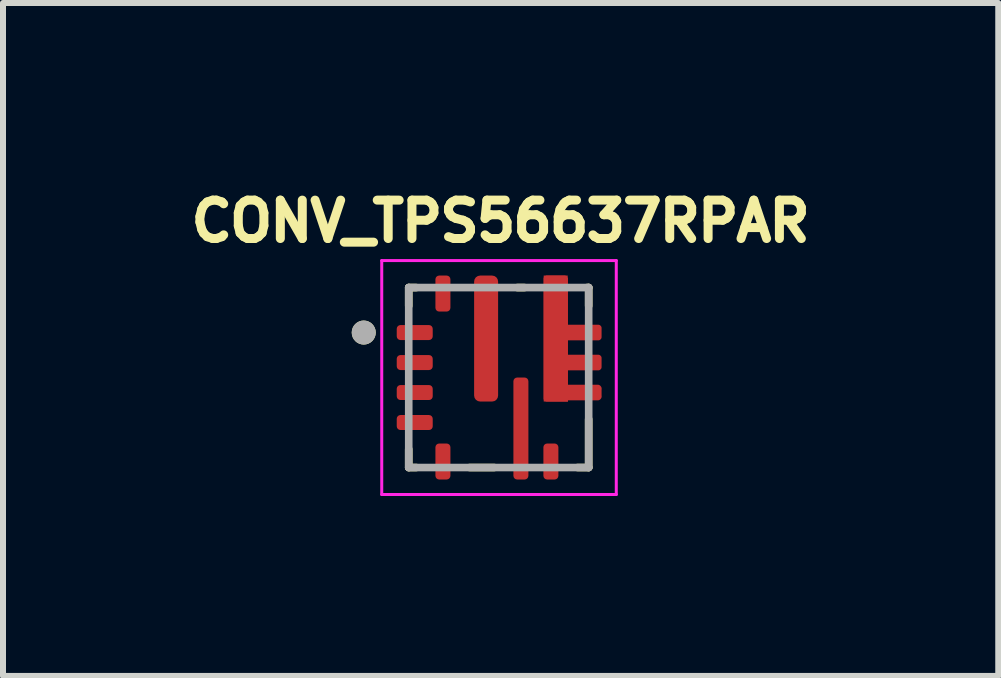
<source format=kicad_pcb>
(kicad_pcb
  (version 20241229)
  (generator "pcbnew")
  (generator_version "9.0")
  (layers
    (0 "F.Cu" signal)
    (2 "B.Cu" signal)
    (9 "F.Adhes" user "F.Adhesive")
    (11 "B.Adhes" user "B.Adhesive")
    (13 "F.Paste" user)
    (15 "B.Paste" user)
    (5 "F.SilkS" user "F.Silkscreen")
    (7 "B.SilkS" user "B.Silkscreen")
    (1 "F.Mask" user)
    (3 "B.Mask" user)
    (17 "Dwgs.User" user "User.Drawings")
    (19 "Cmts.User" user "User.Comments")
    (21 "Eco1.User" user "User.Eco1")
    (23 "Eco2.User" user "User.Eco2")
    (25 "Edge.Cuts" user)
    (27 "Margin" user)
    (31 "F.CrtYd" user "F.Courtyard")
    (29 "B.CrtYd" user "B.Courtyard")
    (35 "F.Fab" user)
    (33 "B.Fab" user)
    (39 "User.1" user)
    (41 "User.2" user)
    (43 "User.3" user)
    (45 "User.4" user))
  (footprint "CONV_TPS56637RPAR"
    (layer "F.Cu")
    (at 5.264 3.244)
    (property "Reference" "CONV_TPS56637RPAR" (at 0.032 -2.606 0) (layer "F.SilkS") (effects (font (size 0.64 0.64) (thickness 0.15))))
    (attr smd)
    (fp_poly (pts (xy 0.65 -1.65) (xy 0.65 0.35) (xy 0.65 0.358) (xy 0.651 0.366) (xy 0.652 0.373) (xy 0.653 0.381) (xy 0.655 0.389) (xy 0.657 0.396) (xy 0.66 0.404) (xy 0.663 0.411) (xy 0.666 0.418) (xy 0.67 0.425) (xy 0.674 0.432) (xy 0.679 0.438) (xy 0.683 0.444) (xy 0.689 0.45) (xy 0.694 0.456) (xy 0.7 0.461) (xy 0.706 0.467) (xy 0.712 0.471) (xy 0.718 0.476) (xy 0.725 0.48) (xy 0.732 0.484) (xy 0.739 0.487) (xy 0.746 0.49) (xy 0.754 0.493) (xy 0.761 0.495) (xy 0.769 0.497) (xy 0.777 0.498) (xy 0.784 0.499) (xy 0.792 0.5) (xy 0.8 0.5) (xy 1.25 0.5) (xy 1.25 0.475) (xy 1.66 0.475) (xy 1.667 0.474) (xy 1.676 0.473) (xy 1.684 0.471) (xy 1.692 0.469) (xy 1.701 0.467) (xy 1.709 0.464) (xy 1.716 0.46) (xy 1.724 0.456) (xy 1.731 0.452) (xy 1.739 0.448) (xy 1.746 0.443) (xy 1.752 0.437) (xy 1.759 0.432) (xy 1.765 0.426) (xy 1.771 0.419) (xy 1.776 0.413) (xy 1.781 0.406) (xy 1.786 0.399) (xy 1.79 0.392) (xy 1.794 0.384) (xy 1.798 0.376) (xy 1.801 0.368) (xy 1.803 0.36) (xy 1.806 0.352) (xy 1.807 0.344) (xy 1.809 0.335) (xy 1.81 0.327) (xy 1.81 0.318) (xy 1.81 0.31) (xy 1.81 0.3) (xy 1.81 0.2) (xy 1.81 0.19) (xy 1.81 0.182) (xy 1.81 0.173) (xy 1.809 0.165) (xy 1.807 0.156) (xy 1.806 0.148) (xy 1.803 0.14) (xy 1.801 0.132) (xy 1.798 0.124) (xy 1.794 0.116) (xy 1.79 0.108) (xy 1.786 0.101) (xy 1.781 0.094) (xy 1.776 0.087) (xy 1.771 0.081) (xy 1.765 0.074) (xy 1.759 0.068) (xy 1.752 0.063) (xy 1.746 0.057) (xy 1.739 0.052) (xy 1.731 0.048) (xy 1.724 0.044) (xy 1.716 0.04) (xy 1.709 0.036) (xy 1.701 0.033) (xy 1.692 0.031) (xy 1.684 0.029) (xy 1.676 0.027) (xy 1.667 0.026) (xy 1.66 0.025) (xy 1.25 0.025) (xy 1.25 -0.025) (xy 1.66 -0.025) (xy 1.668 -0.025) (xy 1.676 -0.026) (xy 1.683 -0.027) (xy 1.691 -0.028) (xy 1.699 -0.03) (xy 1.706 -0.032) (xy 1.714 -0.035) (xy 1.721 -0.038) (xy 1.728 -0.041) (xy 1.735 -0.045) (xy 1.742 -0.049) (xy 1.748 -0.054) (xy 1.754 -0.058) (xy 1.76 -0.064) (xy 1.766 -0.069) (xy 1.771 -0.075) (xy 1.777 -0.081) (xy 1.781 -0.087) (xy 1.786 -0.093) (xy 1.79 -0.1) (xy 1.794 -0.107) (xy 1.797 -0.114) (xy 1.8 -0.121) (xy 1.803 -0.129) (xy 1.805 -0.136) (xy 1.807 -0.144) (xy 1.808 -0.152) (xy 1.809 -0.159) (xy 1.81 -0.167) (xy 1.81 -0.175) (xy 1.81 -0.325) (xy 1.81 -0.333) (xy 1.809 -0.341) (xy 1.808 -0.348) (xy 1.807 -0.356) (xy 1.805 -0.364) (xy 1.803 -0.371) (xy 1.8 -0.379) (xy 1.797 -0.386) (xy 1.794 -0.393) (xy 1.79 -0.4) (xy 1.786 -0.407) (xy 1.781 -0.413) (xy 1.777 -0.419) (xy 1.771 -0.425) (xy 1.766 -0.431) (xy 1.76 -0.436) (xy 1.754 -0.442) (xy 1.748 -0.446) (xy 1.742 -0.451) (xy 1.735 -0.455) (xy 1.728 -0.459) (xy 1.721 -0.462) (xy 1.714 -0.465) (xy 1.706 -0.468) (xy 1.699 -0.47) (xy 1.691 -0.472) (xy 1.683 -0.473) (xy 1.676 -0.474) (xy 1.668 -0.475) (xy 1.66 -0.475) (xy 1.25 -0.475) (xy 1.25 -0.525) (xy 1.66 -0.525) (xy 1.668 -0.525) (xy 1.676 -0.526) (xy 1.683 -0.527) (xy 1.691 -0.528) (xy 1.699 -0.53) (xy 1.706 -0.532) (xy 1.714 -0.535) (xy 1.721 -0.538) (xy 1.728 -0.541) (xy 1.735 -0.545) (xy 1.742 -0.549) (xy 1.748 -0.554) (xy 1.754 -0.558) (xy 1.76 -0.564) (xy 1.766 -0.569) (xy 1.771 -0.575) (xy 1.777 -0.581) (xy 1.781 -0.587) (xy 1.786 -0.593) (xy 1.79 -0.6) (xy 1.794 -0.607) (xy 1.797 -0.614) (xy 1.8 -0.621) (xy 1.803 -0.629) (xy 1.805 -0.636) (xy 1.807 -0.644) (xy 1.808 -0.652) (xy 1.809 -0.659) (xy 1.81 -0.667) (xy 1.81 -0.675) (xy 1.81 -0.825) (xy 1.81 -0.833) (xy 1.809 -0.841) (xy 1.808 -0.848) (xy 1.807 -0.856) (xy 1.805 -0.864) (xy 1.803 -0.871) (xy 1.8 -0.879) (xy 1.797 -0.886) (xy 1.794 -0.893) (xy 1.79 -0.9) (xy 1.786 -0.907) (xy 1.781 -0.913) (xy 1.777 -0.919) (xy 1.771 -0.925) (xy 1.766 -0.931) (xy 1.76 -0.936) (xy 1.754 -0.942) (xy 1.748 -0.946) (xy 1.742 -0.951) (xy 1.735 -0.955) (xy 1.728 -0.959) (xy 1.721 -0.962) (xy 1.714 -0.965) (xy 1.706 -0.968) (xy 1.699 -0.97) (xy 1.691 -0.972) (xy 1.683 -0.973) (xy 1.676 -0.974) (xy 1.668 -0.975) (xy 1.66 -0.975) (xy 1.25 -0.975) (xy 1.25 -1.65) (xy 1.25 -1.658) (xy 1.249 -1.666) (xy 1.248 -1.673) (xy 1.247 -1.681) (xy 1.245 -1.689) (xy 1.243 -1.696) (xy 1.24 -1.704) (xy 1.237 -1.711) (xy 1.234 -1.718) (xy 1.23 -1.725) (xy 1.226 -1.732) (xy 1.221 -1.738) (xy 1.217 -1.744) (xy 1.211 -1.75) (xy 1.206 -1.756) (xy 1.2 -1.761) (xy 1.194 -1.767) (xy 1.188 -1.771) (xy 1.182 -1.776) (xy 1.175 -1.78) (xy 1.168 -1.784) (xy 1.161 -1.787) (xy 1.154 -1.79) (xy 1.146 -1.793) (xy 1.139 -1.795) (xy 1.131 -1.797) (xy 1.123 -1.798) (xy 1.116 -1.799) (xy 1.108 -1.8) (xy 1.1 -1.8) (xy 0.8 -1.8) (xy 0.792 -1.8) (xy 0.784 -1.799) (xy 0.777 -1.798) (xy 0.769 -1.797) (xy 0.761 -1.795) (xy 0.754 -1.793) (xy 0.746 -1.79) (xy 0.739 -1.787) (xy 0.732 -1.784) (xy 0.725 -1.78) (xy 0.718 -1.776) (xy 0.712 -1.771) (xy 0.706 -1.767) (xy 0.7 -1.761) (xy 0.694 -1.756) (xy 0.689 -1.75) (xy 0.683 -1.744) (xy 0.679 -1.738) (xy 0.674 -1.732) (xy 0.67 -1.725) (xy 0.666 -1.718) (xy 0.663 -1.711) (xy 0.66 -1.704) (xy 0.657 -1.696) (xy 0.655 -1.689) (xy 0.653 -1.681) (xy 0.652 -1.673) (xy 0.651 -1.666) (xy 0.65 -1.658) (xy 0.65 -1.65)) (stroke (width 0.01) (type solid)) (fill yes) (layer "F.Mask"))
    (fp_line (start -1.5 -1.5) (end -1.5 -1.195) (stroke (width 0.127) (type solid)) (layer "F.SilkS"))
    (fp_line (start -1.5 1.5) (end -1.5 1.195) (stroke (width 0.127) (type solid)) (layer "F.SilkS"))
    (fp_line (start -1.375 -1.5) (end -1.5 -1.5) (stroke (width 0.127) (type solid)) (layer "F.SilkS"))
    (fp_line (start -1.375 1.5) (end -1.5 1.5) (stroke (width 0.127) (type solid)) (layer "F.SilkS"))
    (fp_line (start -0.485 1.5) (end -0.075 1.5) (stroke (width 0.127) (type solid)) (layer "F.SilkS"))
    (fp_line (start 0.43 -1.5) (end 0.31 -1.5) (stroke (width 0.127) (type solid)) (layer "F.SilkS"))
    (fp_line (start 1.315 1.5) (end 1.5 1.5) (stroke (width 0.127) (type solid)) (layer "F.SilkS"))
    (fp_line (start 1.47 -1.5) (end 1.5 -1.5) (stroke (width 0.127) (type solid)) (layer "F.SilkS"))
    (fp_line (start 1.5 -1.195) (end 1.5 -1.5) (stroke (width 0.127) (type solid)) (layer "F.SilkS"))
    (fp_line (start 1.5 1.5) (end 1.5 0.695) (stroke (width 0.127) (type solid)) (layer "F.SilkS"))
    (fp_circle (center -2.25 -0.75) (end -2.15 -0.75) (stroke (width 0.2) (type solid)) (fill no) (layer "F.SilkS"))
    (fp_poly (pts (xy -0.41 -1.65) (xy -0.41 -0.8) (xy -0.41 -0.797) (xy -0.41 -0.795) (xy -0.409 -0.792) (xy -0.409 -0.79) (xy -0.408 -0.787) (xy -0.408 -0.785) (xy -0.407 -0.782) (xy -0.406 -0.78) (xy -0.405 -0.777) (xy -0.403 -0.775) (xy -0.402 -0.773) (xy -0.4 -0.771) (xy -0.399 -0.769) (xy -0.397 -0.767) (xy -0.395 -0.765) (xy -0.393 -0.763) (xy -0.391 -0.761) (xy -0.389 -0.76) (xy -0.387 -0.758) (xy -0.385 -0.757) (xy -0.383 -0.755) (xy -0.38 -0.754) (xy -0.378 -0.753) (xy -0.375 -0.752) (xy -0.373 -0.752) (xy -0.37 -0.751) (xy -0.368 -0.751) (xy -0.365 -0.75) (xy -0.363 -0.75) (xy -0.36 -0.75) (xy -0.06 -0.75) (xy -0.057 -0.75) (xy -0.055 -0.75) (xy -0.052 -0.751) (xy -0.05 -0.751) (xy -0.047 -0.752) (xy -0.045 -0.752) (xy -0.042 -0.753) (xy -0.04 -0.754) (xy -0.037 -0.755) (xy -0.035 -0.757) (xy -0.033 -0.758) (xy -0.031 -0.76) (xy -0.029 -0.761) (xy -0.027 -0.763) (xy -0.025 -0.765) (xy -0.023 -0.767) (xy -0.021 -0.769) (xy -0.02 -0.771) (xy -0.018 -0.773) (xy -0.017 -0.775) (xy -0.015 -0.777) (xy -0.014 -0.78) (xy -0.013 -0.782) (xy -0.012 -0.785) (xy -0.012 -0.787) (xy -0.011 -0.79) (xy -0.011 -0.792) (xy -0.01 -0.795) (xy -0.01 -0.797) (xy -0.01 -0.8) (xy -0.01 -1.65) (xy -0.01 -1.653) (xy -0.01 -1.655) (xy -0.011 -1.658) (xy -0.011 -1.66) (xy -0.012 -1.663) (xy -0.012 -1.665) (xy -0.013 -1.668) (xy -0.014 -1.67) (xy -0.015 -1.673) (xy -0.017 -1.675) (xy -0.018 -1.677) (xy -0.02 -1.679) (xy -0.021 -1.681) (xy -0.023 -1.683) (xy -0.025 -1.685) (xy -0.027 -1.687) (xy -0.029 -1.689) (xy -0.031 -1.69) (xy -0.033 -1.692) (xy -0.035 -1.693) (xy -0.037 -1.695) (xy -0.04 -1.696) (xy -0.042 -1.697) (xy -0.045 -1.698) (xy -0.047 -1.698) (xy -0.05 -1.699) (xy -0.052 -1.699) (xy -0.055 -1.7) (xy -0.057 -1.7) (xy -0.06 -1.7) (xy -0.36 -1.7) (xy -0.363 -1.7) (xy -0.365 -1.7) (xy -0.368 -1.699) (xy -0.37 -1.699) (xy -0.373 -1.698) (xy -0.375 -1.698) (xy -0.378 -1.697) (xy -0.38 -1.696) (xy -0.383 -1.695) (xy -0.385 -1.693) (xy -0.387 -1.692) (xy -0.389 -1.69) (xy -0.391 -1.689) (xy -0.393 -1.687) (xy -0.395 -1.685) (xy -0.397 -1.683) (xy -0.399 -1.681) (xy -0.4 -1.679) (xy -0.402 -1.677) (xy -0.403 -1.675) (xy -0.405 -1.673) (xy -0.406 -1.67) (xy -0.407 -1.668) (xy -0.408 -1.665) (xy -0.408 -1.663) (xy -0.409 -1.66) (xy -0.409 -1.658) (xy -0.41 -1.655) (xy -0.41 -1.653) (xy -0.41 -1.65)) (stroke (width 0.01) (type solid)) (fill yes) (layer "F.Paste"))
    (fp_poly (pts (xy -0.41 -0.5) (xy -0.41 0.35) (xy -0.41 0.353) (xy -0.41 0.355) (xy -0.409 0.358) (xy -0.409 0.36) (xy -0.408 0.363) (xy -0.408 0.365) (xy -0.407 0.368) (xy -0.406 0.37) (xy -0.405 0.373) (xy -0.403 0.375) (xy -0.402 0.377) (xy -0.4 0.379) (xy -0.399 0.381) (xy -0.397 0.383) (xy -0.395 0.385) (xy -0.393 0.387) (xy -0.391 0.389) (xy -0.389 0.39) (xy -0.387 0.392) (xy -0.385 0.393) (xy -0.383 0.395) (xy -0.38 0.396) (xy -0.378 0.397) (xy -0.375 0.398) (xy -0.373 0.398) (xy -0.37 0.399) (xy -0.368 0.399) (xy -0.365 0.4) (xy -0.363 0.4) (xy -0.36 0.4) (xy -0.06 0.4) (xy -0.057 0.4) (xy -0.055 0.4) (xy -0.052 0.399) (xy -0.05 0.399) (xy -0.047 0.398) (xy -0.045 0.398) (xy -0.042 0.397) (xy -0.04 0.396) (xy -0.037 0.395) (xy -0.035 0.393) (xy -0.033 0.392) (xy -0.031 0.39) (xy -0.029 0.389) (xy -0.027 0.387) (xy -0.025 0.385) (xy -0.023 0.383) (xy -0.021 0.381) (xy -0.02 0.379) (xy -0.018 0.377) (xy -0.017 0.375) (xy -0.015 0.373) (xy -0.014 0.37) (xy -0.013 0.368) (xy -0.012 0.365) (xy -0.012 0.363) (xy -0.011 0.36) (xy -0.011 0.358) (xy -0.01 0.355) (xy -0.01 0.353) (xy -0.01 0.35) (xy -0.01 -0.5) (xy -0.01 -0.503) (xy -0.01 -0.505) (xy -0.011 -0.508) (xy -0.011 -0.51) (xy -0.012 -0.513) (xy -0.012 -0.515) (xy -0.013 -0.518) (xy -0.014 -0.52) (xy -0.015 -0.523) (xy -0.017 -0.525) (xy -0.018 -0.527) (xy -0.02 -0.529) (xy -0.021 -0.531) (xy -0.023 -0.533) (xy -0.025 -0.535) (xy -0.027 -0.537) (xy -0.029 -0.539) (xy -0.031 -0.54) (xy -0.033 -0.542) (xy -0.035 -0.543) (xy -0.037 -0.545) (xy -0.04 -0.546) (xy -0.042 -0.547) (xy -0.045 -0.548) (xy -0.047 -0.548) (xy -0.05 -0.549) (xy -0.052 -0.549) (xy -0.055 -0.55) (xy -0.057 -0.55) (xy -0.06 -0.55) (xy -0.36 -0.55) (xy -0.363 -0.55) (xy -0.365 -0.55) (xy -0.368 -0.549) (xy -0.37 -0.549) (xy -0.373 -0.548) (xy -0.375 -0.548) (xy -0.378 -0.547) (xy -0.38 -0.546) (xy -0.383 -0.545) (xy -0.385 -0.543) (xy -0.387 -0.542) (xy -0.389 -0.54) (xy -0.391 -0.539) (xy -0.393 -0.537) (xy -0.395 -0.535) (xy -0.397 -0.533) (xy -0.399 -0.531) (xy -0.4 -0.529) (xy -0.402 -0.527) (xy -0.403 -0.525) (xy -0.405 -0.523) (xy -0.406 -0.52) (xy -0.407 -0.518) (xy -0.408 -0.515) (xy -0.408 -0.513) (xy -0.409 -0.51) (xy -0.409 -0.508) (xy -0.41 -0.505) (xy -0.41 -0.503) (xy -0.41 -0.5)) (stroke (width 0.01) (type solid)) (fill yes) (layer "F.Paste"))
    (fp_poly (pts (xy 0.245 0.05) (xy 0.245 0.7) (xy 0.245 0.703) (xy 0.245 0.705) (xy 0.246 0.708) (xy 0.246 0.71) (xy 0.247 0.713) (xy 0.247 0.715) (xy 0.248 0.718) (xy 0.249 0.72) (xy 0.25 0.723) (xy 0.252 0.725) (xy 0.253 0.727) (xy 0.255 0.729) (xy 0.256 0.731) (xy 0.258 0.733) (xy 0.26 0.735) (xy 0.262 0.737) (xy 0.264 0.739) (xy 0.266 0.74) (xy 0.268 0.742) (xy 0.27 0.743) (xy 0.272 0.745) (xy 0.275 0.746) (xy 0.277 0.747) (xy 0.28 0.748) (xy 0.282 0.748) (xy 0.285 0.749) (xy 0.287 0.749) (xy 0.29 0.75) (xy 0.292 0.75) (xy 0.295 0.75) (xy 0.455 0.75) (xy 0.457 0.75) (xy 0.459 0.749) (xy 0.462 0.749) (xy 0.464 0.748) (xy 0.466 0.747) (xy 0.468 0.746) (xy 0.471 0.745) (xy 0.473 0.744) (xy 0.475 0.743) (xy 0.477 0.742) (xy 0.478 0.74) (xy 0.48 0.739) (xy 0.482 0.737) (xy 0.484 0.735) (xy 0.485 0.733) (xy 0.487 0.732) (xy 0.488 0.73) (xy 0.489 0.728) (xy 0.49 0.726) (xy 0.491 0.723) (xy 0.492 0.721) (xy 0.493 0.719) (xy 0.494 0.717) (xy 0.494 0.714) (xy 0.495 0.712) (xy 0.495 0.71) (xy 0.495 0.707) (xy 0.495 0.705) (xy 0.495 0.703) (xy 0.495 0.7) (xy 0.495 0.05) (xy 0.495 0.047) (xy 0.495 0.045) (xy 0.495 0.043) (xy 0.495 0.04) (xy 0.495 0.038) (xy 0.494 0.036) (xy 0.494 0.033) (xy 0.493 0.031) (xy 0.492 0.029) (xy 0.491 0.027) (xy 0.49 0.024) (xy 0.489 0.022) (xy 0.488 0.02) (xy 0.487 0.018) (xy 0.485 0.017) (xy 0.484 0.015) (xy 0.482 0.013) (xy 0.48 0.011) (xy 0.478 0.01) (xy 0.477 0.008) (xy 0.475 0.007) (xy 0.473 0.006) (xy 0.471 0.005) (xy 0.468 0.004) (xy 0.466 0.003) (xy 0.464 0.002) (xy 0.462 0.001) (xy 0.459 0.001) (xy 0.457 0) (xy 0.455 0) (xy 0.295 0) (xy 0.292 0) (xy 0.29 0) (xy 0.287 0.001) (xy 0.285 0.001) (xy 0.282 0.002) (xy 0.28 0.002) (xy 0.277 0.003) (xy 0.275 0.004) (xy 0.272 0.005) (xy 0.27 0.007) (xy 0.268 0.008) (xy 0.266 0.01) (xy 0.264 0.011) (xy 0.262 0.013) (xy 0.26 0.015) (xy 0.258 0.017) (xy 0.256 0.019) (xy 0.255 0.021) (xy 0.253 0.023) (xy 0.252 0.025) (xy 0.25 0.027) (xy 0.249 0.03) (xy 0.248 0.032) (xy 0.247 0.035) (xy 0.247 0.037) (xy 0.246 0.04) (xy 0.246 0.042) (xy 0.245 0.045) (xy 0.245 0.047) (xy 0.245 0.05)) (stroke (width 0.01) (type solid)) (fill yes) (layer "F.Paste"))
    (fp_poly (pts (xy 0.245 1) (xy 0.245 1.65) (xy 0.245 1.653) (xy 0.245 1.655) (xy 0.246 1.658) (xy 0.246 1.66) (xy 0.247 1.663) (xy 0.247 1.665) (xy 0.248 1.668) (xy 0.249 1.67) (xy 0.25 1.673) (xy 0.252 1.675) (xy 0.253 1.677) (xy 0.255 1.679) (xy 0.256 1.681) (xy 0.258 1.683) (xy 0.26 1.685) (xy 0.262 1.687) (xy 0.264 1.689) (xy 0.266 1.69) (xy 0.268 1.692) (xy 0.27 1.693) (xy 0.272 1.695) (xy 0.275 1.696) (xy 0.277 1.697) (xy 0.28 1.698) (xy 0.282 1.698) (xy 0.285 1.699) (xy 0.287 1.699) (xy 0.29 1.7) (xy 0.292 1.7) (xy 0.295 1.7) (xy 0.455 1.7) (xy 0.457 1.7) (xy 0.459 1.699) (xy 0.462 1.699) (xy 0.464 1.698) (xy 0.466 1.697) (xy 0.468 1.696) (xy 0.471 1.695) (xy 0.473 1.694) (xy 0.475 1.693) (xy 0.477 1.692) (xy 0.478 1.69) (xy 0.48 1.689) (xy 0.482 1.687) (xy 0.484 1.685) (xy 0.485 1.683) (xy 0.487 1.682) (xy 0.488 1.68) (xy 0.489 1.678) (xy 0.49 1.676) (xy 0.491 1.673) (xy 0.492 1.671) (xy 0.493 1.669) (xy 0.494 1.667) (xy 0.494 1.664) (xy 0.495 1.662) (xy 0.495 1.66) (xy 0.495 1.657) (xy 0.495 1.655) (xy 0.495 1.653) (xy 0.495 1.65) (xy 0.495 1) (xy 0.495 0.997) (xy 0.495 0.995) (xy 0.495 0.993) (xy 0.495 0.99) (xy 0.495 0.988) (xy 0.494 0.986) (xy 0.494 0.983) (xy 0.493 0.981) (xy 0.492 0.979) (xy 0.491 0.977) (xy 0.49 0.974) (xy 0.489 0.972) (xy 0.488 0.97) (xy 0.487 0.968) (xy 0.485 0.967) (xy 0.484 0.965) (xy 0.482 0.963) (xy 0.48 0.961) (xy 0.478 0.96) (xy 0.477 0.958) (xy 0.475 0.957) (xy 0.473 0.956) (xy 0.471 0.955) (xy 0.468 0.954) (xy 0.466 0.953) (xy 0.464 0.952) (xy 0.462 0.951) (xy 0.459 0.951) (xy 0.457 0.95) (xy 0.455 0.95) (xy 0.295 0.95) (xy 0.292 0.95) (xy 0.29 0.95) (xy 0.287 0.951) (xy 0.285 0.951) (xy 0.282 0.952) (xy 0.28 0.952) (xy 0.277 0.953) (xy 0.275 0.954) (xy 0.272 0.955) (xy 0.27 0.957) (xy 0.268 0.958) (xy 0.266 0.96) (xy 0.264 0.961) (xy 0.262 0.963) (xy 0.26 0.965) (xy 0.258 0.967) (xy 0.256 0.969) (xy 0.255 0.971) (xy 0.253 0.973) (xy 0.252 0.975) (xy 0.25 0.977) (xy 0.249 0.98) (xy 0.248 0.982) (xy 0.247 0.985) (xy 0.247 0.987) (xy 0.246 0.99) (xy 0.246 0.992) (xy 0.245 0.995) (xy 0.245 0.997) (xy 0.245 1)) (stroke (width 0.01) (type solid)) (fill yes) (layer "F.Paste"))
    (fp_poly (pts (xy 0.75 -1.65) (xy 0.75 0.35) (xy 0.75 0.353) (xy 0.75 0.355) (xy 0.751 0.358) (xy 0.751 0.36) (xy 0.752 0.363) (xy 0.752 0.365) (xy 0.753 0.368) (xy 0.754 0.37) (xy 0.755 0.373) (xy 0.757 0.375) (xy 0.758 0.377) (xy 0.76 0.379) (xy 0.761 0.381) (xy 0.763 0.383) (xy 0.765 0.385) (xy 0.767 0.387) (xy 0.769 0.389) (xy 0.771 0.39) (xy 0.773 0.392) (xy 0.775 0.393) (xy 0.777 0.395) (xy 0.78 0.396) (xy 0.782 0.397) (xy 0.785 0.398) (xy 0.787 0.398) (xy 0.79 0.399) (xy 0.792 0.399) (xy 0.795 0.4) (xy 0.797 0.4) (xy 0.8 0.4) (xy 1.15 0.4) (xy 1.15 0.375) (xy 1.66 0.375) (xy 1.663 0.374) (xy 1.666 0.373) (xy 1.669 0.372) (xy 1.672 0.371) (xy 1.675 0.37) (xy 1.678 0.368) (xy 1.681 0.367) (xy 1.684 0.365) (xy 1.687 0.363) (xy 1.689 0.361) (xy 1.692 0.358) (xy 1.694 0.356) (xy 1.696 0.353) (xy 1.698 0.351) (xy 1.7 0.348) (xy 1.702 0.345) (xy 1.704 0.342) (xy 1.705 0.339) (xy 1.707 0.336) (xy 1.708 0.333) (xy 1.709 0.33) (xy 1.71 0.327) (xy 1.71 0.324) (xy 1.711 0.32) (xy 1.711 0.317) (xy 1.711 0.314) (xy 1.711 0.31) (xy 1.711 0.307) (xy 1.711 0.304) (xy 1.71 0.3) (xy 1.71 0.2) (xy 1.711 0.196) (xy 1.711 0.193) (xy 1.711 0.19) (xy 1.711 0.186) (xy 1.711 0.183) (xy 1.711 0.18) (xy 1.71 0.176) (xy 1.71 0.173) (xy 1.709 0.17) (xy 1.708 0.167) (xy 1.707 0.164) (xy 1.705 0.161) (xy 1.704 0.158) (xy 1.702 0.155) (xy 1.7 0.152) (xy 1.698 0.149) (xy 1.696 0.147) (xy 1.694 0.144) (xy 1.692 0.142) (xy 1.689 0.139) (xy 1.687 0.137) (xy 1.684 0.135) (xy 1.681 0.133) (xy 1.678 0.132) (xy 1.675 0.13) (xy 1.672 0.129) (xy 1.669 0.128) (xy 1.666 0.127) (xy 1.663 0.126) (xy 1.66 0.125) (xy 1.15 0.125) (xy 1.15 -0.125) (xy 1.66 -0.125) (xy 1.663 -0.125) (xy 1.665 -0.125) (xy 1.668 -0.126) (xy 1.67 -0.126) (xy 1.673 -0.127) (xy 1.675 -0.127) (xy 1.678 -0.128) (xy 1.68 -0.129) (xy 1.683 -0.13) (xy 1.685 -0.132) (xy 1.687 -0.133) (xy 1.689 -0.135) (xy 1.691 -0.136) (xy 1.693 -0.138) (xy 1.695 -0.14) (xy 1.697 -0.142) (xy 1.699 -0.144) (xy 1.7 -0.146) (xy 1.702 -0.148) (xy 1.703 -0.15) (xy 1.705 -0.152) (xy 1.706 -0.155) (xy 1.707 -0.157) (xy 1.708 -0.16) (xy 1.708 -0.162) (xy 1.709 -0.165) (xy 1.709 -0.167) (xy 1.71 -0.17) (xy 1.71 -0.172) (xy 1.71 -0.175) (xy 1.71 -0.325) (xy 1.71 -0.328) (xy 1.71 -0.33) (xy 1.709 -0.333) (xy 1.709 -0.335) (xy 1.708 -0.338) (xy 1.708 -0.34) (xy 1.707 -0.343) (xy 1.706 -0.345) (xy 1.705 -0.348) (xy 1.703 -0.35) (xy 1.702 -0.352) (xy 1.7 -0.354) (xy 1.699 -0.356) (xy 1.697 -0.358) (xy 1.695 -0.36) (xy 1.693 -0.362) (xy 1.691 -0.364) (xy 1.689 -0.365) (xy 1.687 -0.367) (xy 1.685 -0.368) (xy 1.683 -0.37) (xy 1.68 -0.371) (xy 1.678 -0.372) (xy 1.675 -0.373) (xy 1.673 -0.373) (xy 1.67 -0.374) (xy 1.668 -0.374) (xy 1.665 -0.375) (xy 1.663 -0.375) (xy 1.66 -0.375) (xy 1.15 -0.375) (xy 1.15 -0.625) (xy 1.66 -0.625) (xy 1.663 -0.625) (xy 1.665 -0.625) (xy 1.668 -0.626) (xy 1.67 -0.626) (xy 1.673 -0.627) (xy 1.675 -0.627) (xy 1.678 -0.628) (xy 1.68 -0.629) (xy 1.683 -0.63) (xy 1.685 -0.632) (xy 1.687 -0.633) (xy 1.689 -0.635) (xy 1.691 -0.636) (xy 1.693 -0.638) (xy 1.695 -0.64) (xy 1.697 -0.642) (xy 1.699 -0.644) (xy 1.7 -0.646) (xy 1.702 -0.648) (xy 1.703 -0.65) (xy 1.705 -0.652) (xy 1.706 -0.655) (xy 1.707 -0.657) (xy 1.708 -0.66) (xy 1.708 -0.662) (xy 1.709 -0.665) (xy 1.709 -0.667) (xy 1.71 -0.67) (xy 1.71 -0.672) (xy 1.71 -0.675) (xy 1.71 -0.825) (xy 1.71 -0.828) (xy 1.71 -0.83) (xy 1.709 -0.833) (xy 1.709 -0.835) (xy 1.708 -0.838) (xy 1.708 -0.84) (xy 1.707 -0.843) (xy 1.706 -0.845) (xy 1.705 -0.848) (xy 1.703 -0.85) (xy 1.702 -0.852) (xy 1.7 -0.854) (xy 1.699 -0.856) (xy 1.697 -0.858) (xy 1.695 -0.86) (xy 1.693 -0.862) (xy 1.691 -0.864) (xy 1.689 -0.865) (xy 1.687 -0.867) (xy 1.685 -0.868) (xy 1.683 -0.87) (xy 1.68 -0.871) (xy 1.678 -0.872) (xy 1.675 -0.873) (xy 1.673 -0.873) (xy 1.67 -0.874) (xy 1.668 -0.874) (xy 1.665 -0.875) (xy 1.663 -0.875) (xy 1.66 -0.875) (xy 1.15 -0.875) (xy 1.15 -1.65) (xy 1.15 -1.653) (xy 1.15 -1.655) (xy 1.149 -1.658) (xy 1.149 -1.66) (xy 1.148 -1.663) (xy 1.148 -1.665) (xy 1.147 -1.668) (xy 1.146 -1.67) (xy 1.145 -1.673) (xy 1.143 -1.675) (xy 1.142 -1.677) (xy 1.14 -1.679) (xy 1.139 -1.681) (xy 1.137 -1.683) (xy 1.135 -1.685) (xy 1.133 -1.687) (xy 1.131 -1.689) (xy 1.129 -1.69) (xy 1.127 -1.692) (xy 1.125 -1.693) (xy 1.123 -1.695) (xy 1.12 -1.696) (xy 1.118 -1.697) (xy 1.115 -1.698) (xy 1.113 -1.698) (xy 1.11 -1.699) (xy 1.108 -1.699) (xy 1.105 -1.7) (xy 1.103 -1.7) (xy 1.1 -1.7) (xy 0.8 -1.7) (xy 0.797 -1.7) (xy 0.795 -1.7) (xy 0.792 -1.699) (xy 0.79 -1.699) (xy 0.787 -1.698) (xy 0.785 -1.698) (xy 0.782 -1.697) (xy 0.78 -1.696) (xy 0.777 -1.695) (xy 0.775 -1.693) (xy 0.773 -1.692) (xy 0.771 -1.69) (xy 0.769 -1.689) (xy 0.767 -1.687) (xy 0.765 -1.685) (xy 0.763 -1.683) (xy 0.761 -1.681) (xy 0.76 -1.679) (xy 0.758 -1.677) (xy 0.757 -1.675) (xy 0.755 -1.673) (xy 0.754 -1.67) (xy 0.753 -1.668) (xy 0.752 -1.665) (xy 0.752 -1.663) (xy 0.751 -1.66) (xy 0.751 -1.658) (xy 0.75 -1.655) (xy 0.75 -1.653) (xy 0.75 -1.65)) (stroke (width 0.01) (type solid)) (fill yes) (layer "F.Paste"))
    (fp_line (start -1.95 -1.95) (end -1.95 1.95) (stroke (width 0.05) (type solid)) (layer "F.CrtYd"))
    (fp_line (start -1.95 1.95) (end 1.96 1.95) (stroke (width 0.05) (type solid)) (layer "F.CrtYd"))
    (fp_line (start 1.96 -1.95) (end -1.95 -1.95) (stroke (width 0.05) (type solid)) (layer "F.CrtYd"))
    (fp_line (start 1.96 1.95) (end 1.96 -1.95) (stroke (width 0.05) (type solid)) (layer "F.CrtYd"))
    (fp_line (start -1.5 -1.5) (end -1.5 1.5) (stroke (width 0.127) (type solid)) (layer "F.Fab"))
    (fp_line (start -1.5 1.5) (end 1.5 1.5) (stroke (width 0.127) (type solid)) (layer "F.Fab"))
    (fp_line (start 1.5 -1.5) (end -1.5 -1.5) (stroke (width 0.127) (type solid)) (layer "F.Fab"))
    (fp_line (start 1.5 1.5) (end 1.5 -1.5) (stroke (width 0.127) (type solid)) (layer "F.Fab"))
    (fp_circle (center -2.25 -0.75) (end -2.15 -0.75) (stroke (width 0.2) (type solid)) (fill no) (layer "F.Fab"))
    (pad "1" smd roundrect (at -1.4 -0.75) (size 0.6 0.25) (layers "F.Cu" "F.Mask" "F.Paste") (roundrect_rratio 0.25))
    (pad "2" smd roundrect (at -1.4 -0.25) (size 0.6 0.25) (layers "F.Cu" "F.Mask" "F.Paste") (roundrect_rratio 0.25))
    (pad "3" smd roundrect (at -1.4 0.25) (size 0.6 0.25) (layers "F.Cu" "F.Mask" "F.Paste") (roundrect_rratio 0.25))
    (pad "4" smd roundrect (at -1.4 0.75) (size 0.6 0.25) (layers "F.Cu" "F.Mask" "F.Paste") (roundrect_rratio 0.25))
    (pad "5" smd roundrect (at -0.93 1.4) (size 0.25 0.6) (layers "F.Cu" "F.Mask" "F.Paste") (roundrect_rratio 0.25))
    (pad "6" smd roundrect (at 0.37 0.85) (size 0.25 1.7) (layers "F.Cu" "F.Mask") (roundrect_rratio 0.25))
    (pad "7" smd roundrect (at 0.87 1.4) (size 0.25 0.6) (layers "F.Cu" "F.Mask" "F.Paste") (roundrect_rratio 0.25))
    (pad "8" smd custom (at 0.95 -0.65) (size 0.4 2.1) (layers "F.Cu") (options (anchor rect)) (primitives (gr_poly (pts (xy -0.2 -1) (xy -0.2 1) (xy -0.2 1.003) (xy -0.2 1.005) (xy -0.199 1.008) (xy -0.199 1.01) (xy -0.198 1.013) (xy -0.198 1.015) (xy -0.197 1.018) (xy -0.196 1.02) (xy -0.195 1.023) (xy -0.193 1.025) (xy -0.192 1.027) (xy -0.19 1.029) (xy -0.189 1.031) (xy -0.187 1.033) (xy -0.185 1.035) (xy -0.183 1.037) (xy -0.181 1.039) (xy -0.179 1.04) (xy -0.177 1.042) (xy -0.175 1.043) (xy -0.173 1.045) (xy -0.17 1.046) (xy -0.168 1.047) (xy -0.165 1.048) (xy -0.163 1.048) (xy -0.16 1.049) (xy -0.158 1.049) (xy -0.155 1.05) (xy -0.153 1.05) (xy -0.15 1.05) (xy 0.2 1.05) (xy 0.2 1.025) (xy 0.71 1.025) (xy 0.713 1.024) (xy 0.716 1.023) (xy 0.719 1.022) (xy 0.722 1.021) (xy 0.725 1.02) (xy 0.728 1.018) (xy 0.731 1.017) (xy 0.734 1.015) (xy 0.737 1.013) (xy 0.739 1.011) (xy 0.742 1.008) (xy 0.744 1.006) (xy 0.746 1.003) (xy 0.748 1.001) (xy 0.75 0.998) (xy 0.752 0.995) (xy 0.754 0.992) (xy 0.755 0.989) (xy 0.757 0.986) (xy 0.758 0.983) (xy 0.759 0.98) (xy 0.76 0.977) (xy 0.76 0.974) (xy 0.761 0.97) (xy 0.761 0.967) (xy 0.761 0.964) (xy 0.761 0.96) (xy 0.761 0.957) (xy 0.761 0.954) (xy 0.76 0.95) (xy 0.76 0.85) (xy 0.761 0.846) (xy 0.761 0.843) (xy 0.761 0.84) (xy 0.761 0.836) (xy 0.761 0.833) (xy 0.761 0.83) (xy 0.76 0.826) (xy 0.76 0.823) (xy 0.759 0.82) (xy 0.758 0.817) (xy 0.757 0.814) (xy 0.755 0.811) (xy 0.754 0.808) (xy 0.752 0.805) (xy 0.75 0.802) (xy 0.748 0.799) (xy 0.746 0.797) (xy 0.744 0.794) (xy 0.742 0.792) (xy 0.739 0.789) (xy 0.737 0.787) (xy 0.734 0.785) (xy 0.731 0.783) (xy 0.728 0.782) (xy 0.725 0.78) (xy 0.722 0.779) (xy 0.719 0.778) (xy 0.716 0.777) (xy 0.713 0.776) (xy 0.71 0.775) (xy 0.2 0.775) (xy 0.2 0.525) (xy 0.71 0.525) (xy 0.713 0.525) (xy 0.715 0.525) (xy 0.718 0.524) (xy 0.72 0.524) (xy 0.723 0.523) (xy 0.725 0.523) (xy 0.728 0.522) (xy 0.73 0.521) (xy 0.733 0.52) (xy 0.735 0.518) (xy 0.737 0.517) (xy 0.739 0.515) (xy 0.741 0.514) (xy 0.743 0.512) (xy 0.745 0.51) (xy 0.747 0.508) (xy 0.749 0.506) (xy 0.75 0.504) (xy 0.752 0.502) (xy 0.753 0.5) (xy 0.755 0.498) (xy 0.756 0.495) (xy 0.757 0.493) (xy 0.758 0.49) (xy 0.758 0.488) (xy 0.759 0.485) (xy 0.759 0.483) (xy 0.76 0.48) (xy 0.76 0.478) (xy 0.76 0.475) (xy 0.76 0.325) (xy 0.76 0.322) (xy 0.76 0.32) (xy 0.759 0.317) (xy 0.759 0.315) (xy 0.758 0.312) (xy 0.758 0.31) (xy 0.757 0.307) (xy 0.756 0.305) (xy 0.755 0.302) (xy 0.753 0.3) (xy 0.752 0.298) (xy 0.75 0.296) (xy 0.749 0.294) (xy 0.747 0.292) (xy 0.745 0.29) (xy 0.743 0.288) (xy 0.741 0.286) (xy 0.739 0.285) (xy 0.737 0.283) (xy 0.735 0.282) (xy 0.733 0.28) (xy 0.73 0.279) (xy 0.728 0.278) (xy 0.725 0.277) (xy 0.723 0.277) (xy 0.72 0.276) (xy 0.718 0.276) (xy 0.715 0.275) (xy 0.713 0.275) (xy 0.71 0.275) (xy 0.2 0.275) (xy 0.2 0.025) (xy 0.71 0.025) (xy 0.713 0.025) (xy 0.715 0.025) (xy 0.718 0.024) (xy 0.72 0.024) (xy 0.723 0.023) (xy 0.725 0.023) (xy 0.728 0.022) (xy 0.73 0.021) (xy 0.733 0.02) (xy 0.735 0.018) (xy 0.737 0.017) (xy 0.739 0.015) (xy 0.741 0.014) (xy 0.743 0.012) (xy 0.745 0.01) (xy 0.747 0.008) (xy 0.749 0.006) (xy 0.75 0.004) (xy 0.752 0.002) (xy 0.753 0) (xy 0.755 -0.002) (xy 0.756 -0.005) (xy 0.757 -0.007) (xy 0.758 -0.01) (xy 0.758 -0.012) (xy 0.759 -0.015) (xy 0.759 -0.017) (xy 0.76 -0.02) (xy 0.76 -0.022) (xy 0.76 -0.025) (xy 0.76 -0.175) (xy 0.76 -0.178) (xy 0.76 -0.18) (xy 0.759 -0.183) (xy 0.759 -0.185) (xy 0.758 -0.188) (xy 0.758 -0.19) (xy 0.757 -0.193) (xy 0.756 -0.195) (xy 0.755 -0.198) (xy 0.753 -0.2) (xy 0.752 -0.202) (xy 0.75 -0.204) (xy 0.749 -0.206) (xy 0.747 -0.208) (xy 0.745 -0.21) (xy 0.743 -0.212) (xy 0.741 -0.214) (xy 0.739 -0.215) (xy 0.737 -0.217) (xy 0.735 -0.218) (xy 0.733 -0.22) (xy 0.73 -0.221) (xy 0.728 -0.222) (xy 0.725 -0.223) (xy 0.723 -0.223) (xy 0.72 -0.224) (xy 0.718 -0.224) (xy 0.715 -0.225) (xy 0.713 -0.225) (xy 0.71 -0.225) (xy 0.2 -0.225) (xy 0.2 -1) (xy 0.2 -1.003) (xy 0.2 -1.005) (xy 0.199 -1.008) (xy 0.199 -1.01) (xy 0.198 -1.013) (xy 0.198 -1.015) (xy 0.197 -1.018) (xy 0.196 -1.02) (xy 0.195 -1.023) (xy 0.193 -1.025) (xy 0.192 -1.027) (xy 0.19 -1.029) (xy 0.189 -1.031) (xy 0.187 -1.033) (xy 0.185 -1.035) (xy 0.183 -1.037) (xy 0.181 -1.039) (xy 0.179 -1.04) (xy 0.177 -1.042) (xy 0.175 -1.043) (xy 0.173 -1.045) (xy 0.17 -1.046) (xy 0.168 -1.047) (xy 0.165 -1.048) (xy 0.163 -1.048) (xy 0.16 -1.049) (xy 0.158 -1.049) (xy 0.155 -1.05) (xy 0.153 -1.05) (xy 0.15 -1.05) (xy -0.15 -1.05) (xy -0.153 -1.05) (xy -0.155 -1.05) (xy -0.158 -1.049) (xy -0.16 -1.049) (xy -0.163 -1.048) (xy -0.165 -1.048) (xy -0.168 -1.047) (xy -0.17 -1.046) (xy -0.173 -1.045) (xy -0.175 -1.043) (xy -0.177 -1.042) (xy -0.179 -1.04) (xy -0.181 -1.039) (xy -0.183 -1.037) (xy -0.185 -1.035) (xy -0.187 -1.033) (xy -0.189 -1.031) (xy -0.19 -1.029) (xy -0.192 -1.027) (xy -0.193 -1.025) (xy -0.195 -1.023) (xy -0.196 -1.02) (xy -0.197 -1.018) (xy -0.198 -1.015) (xy -0.198 -1.013) (xy -0.199 -1.01) (xy -0.199 -1.008) (xy -0.2 -1.005) (xy -0.2 -1.003) (xy -0.2 -1)) (width 0.01) (fill yes))))
    (pad "9" smd roundrect (at -0.21 -0.65) (size 0.4 2.1) (layers "F.Cu" "F.Mask") (roundrect_rratio 0.25))
    (pad "10" smd roundrect (at -0.93 -1.4) (size 0.25 0.6) (layers "F.Cu" "F.Mask" "F.Paste") (roundrect_rratio 0.25)))
  (gr_rect
    (start -3 -3)
    (end 13.592 8.219)
    (stroke (width 0.1) (type default))
    (fill no)
    (layer "Edge.Cuts")))
</source>
